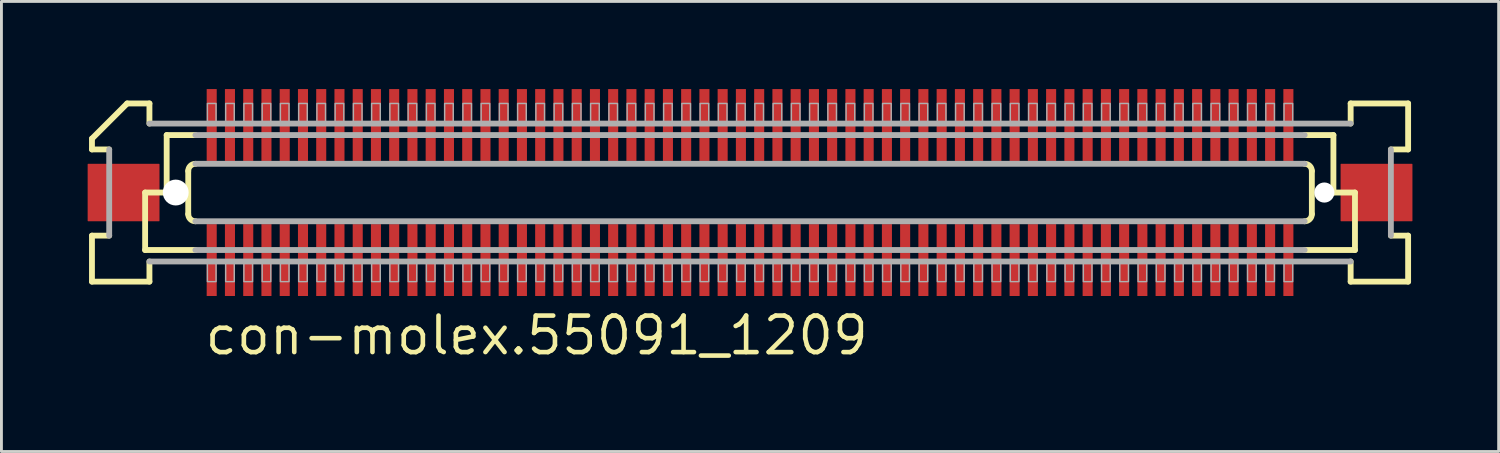
<source format=kicad_pcb>
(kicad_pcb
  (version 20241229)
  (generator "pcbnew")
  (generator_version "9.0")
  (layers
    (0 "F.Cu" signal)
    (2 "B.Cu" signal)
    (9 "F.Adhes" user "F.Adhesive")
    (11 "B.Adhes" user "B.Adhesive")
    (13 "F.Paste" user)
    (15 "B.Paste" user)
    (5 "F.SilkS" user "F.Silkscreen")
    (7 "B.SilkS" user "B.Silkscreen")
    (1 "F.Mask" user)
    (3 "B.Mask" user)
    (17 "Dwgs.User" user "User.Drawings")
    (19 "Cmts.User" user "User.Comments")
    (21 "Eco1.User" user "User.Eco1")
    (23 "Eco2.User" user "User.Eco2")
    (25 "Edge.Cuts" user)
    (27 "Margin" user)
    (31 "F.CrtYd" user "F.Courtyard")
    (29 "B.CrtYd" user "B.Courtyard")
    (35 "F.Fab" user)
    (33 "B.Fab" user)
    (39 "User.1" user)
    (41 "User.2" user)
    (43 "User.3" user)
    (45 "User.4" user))
  (footprint "con-molex.55091_1209"
    (layer "F.Cu")
    (at 23.05 3.65)
    (property "Reference" "con-molex.55091_1209" (at -19.05 5.715 0) (layer "F.SilkS") (effects (font (size 1.27 1.27) (thickness 0.16)) (justify left bottom)))
    (attr smd)
    (fp_rect (start -18.933 -1.075) (end -18.532 -3.625) (stroke (width 0.05) (type default)) (fill yes) (layer "F.Mask"))
    (fp_rect (start -18.933 3.625) (end -18.532 1.075) (stroke (width 0.05) (type default)) (fill yes) (layer "F.Mask"))
    (fp_rect (start -18.297 -1.075) (end -17.898 -3.625) (stroke (width 0.05) (type default)) (fill yes) (layer "F.Mask"))
    (fp_rect (start -18.297 3.625) (end -17.898 1.075) (stroke (width 0.05) (type default)) (fill yes) (layer "F.Mask"))
    (fp_rect (start -17.663 -1.075) (end -17.262 -3.625) (stroke (width 0.05) (type default)) (fill yes) (layer "F.Mask"))
    (fp_rect (start -17.663 3.625) (end -17.262 1.075) (stroke (width 0.05) (type default)) (fill yes) (layer "F.Mask"))
    (fp_rect (start -17.027 -1.075) (end -16.628 -3.625) (stroke (width 0.05) (type default)) (fill yes) (layer "F.Mask"))
    (fp_rect (start -17.027 3.625) (end -16.628 1.075) (stroke (width 0.05) (type default)) (fill yes) (layer "F.Mask"))
    (fp_rect (start -16.392 -1.075) (end -15.992 -3.625) (stroke (width 0.05) (type default)) (fill yes) (layer "F.Mask"))
    (fp_rect (start -16.392 3.625) (end -15.992 1.075) (stroke (width 0.05) (type default)) (fill yes) (layer "F.Mask"))
    (fp_rect (start -15.758 -1.075) (end -15.357 -3.625) (stroke (width 0.05) (type default)) (fill yes) (layer "F.Mask"))
    (fp_rect (start -15.758 3.625) (end -15.357 1.075) (stroke (width 0.05) (type default)) (fill yes) (layer "F.Mask"))
    (fp_rect (start -15.123 -1.075) (end -14.723 -3.625) (stroke (width 0.05) (type default)) (fill yes) (layer "F.Mask"))
    (fp_rect (start -15.123 3.625) (end -14.723 1.075) (stroke (width 0.05) (type default)) (fill yes) (layer "F.Mask"))
    (fp_rect (start -14.488 -1.075) (end -14.088 -3.625) (stroke (width 0.05) (type default)) (fill yes) (layer "F.Mask"))
    (fp_rect (start -14.488 3.625) (end -14.088 1.075) (stroke (width 0.05) (type default)) (fill yes) (layer "F.Mask"))
    (fp_rect (start -13.852 -1.075) (end -13.453 -3.625) (stroke (width 0.05) (type default)) (fill yes) (layer "F.Mask"))
    (fp_rect (start -13.852 3.625) (end -13.453 1.075) (stroke (width 0.05) (type default)) (fill yes) (layer "F.Mask"))
    (fp_rect (start -13.217 -1.075) (end -12.818 -3.625) (stroke (width 0.05) (type default)) (fill yes) (layer "F.Mask"))
    (fp_rect (start -13.217 3.625) (end -12.818 1.075) (stroke (width 0.05) (type default)) (fill yes) (layer "F.Mask"))
    (fp_rect (start -12.582 -1.075) (end -12.182 -3.625) (stroke (width 0.05) (type default)) (fill yes) (layer "F.Mask"))
    (fp_rect (start -12.582 3.625) (end -12.182 1.075) (stroke (width 0.05) (type default)) (fill yes) (layer "F.Mask"))
    (fp_rect (start -11.947 -1.075) (end -11.547 -3.625) (stroke (width 0.05) (type default)) (fill yes) (layer "F.Mask"))
    (fp_rect (start -11.947 3.625) (end -11.547 1.075) (stroke (width 0.05) (type default)) (fill yes) (layer "F.Mask"))
    (fp_rect (start -11.312 -1.075) (end -10.912 -3.625) (stroke (width 0.05) (type default)) (fill yes) (layer "F.Mask"))
    (fp_rect (start -11.312 3.625) (end -10.912 1.075) (stroke (width 0.05) (type default)) (fill yes) (layer "F.Mask"))
    (fp_rect (start -10.678 -1.075) (end -10.277 -3.625) (stroke (width 0.05) (type default)) (fill yes) (layer "F.Mask"))
    (fp_rect (start -10.678 3.625) (end -10.277 1.075) (stroke (width 0.05) (type default)) (fill yes) (layer "F.Mask"))
    (fp_rect (start -10.043 -1.075) (end -9.643 -3.625) (stroke (width 0.05) (type default)) (fill yes) (layer "F.Mask"))
    (fp_rect (start -10.043 3.625) (end -9.643 1.075) (stroke (width 0.05) (type default)) (fill yes) (layer "F.Mask"))
    (fp_rect (start -9.408 -1.075) (end -9.008 -3.625) (stroke (width 0.05) (type default)) (fill yes) (layer "F.Mask"))
    (fp_rect (start -9.408 3.625) (end -9.008 1.075) (stroke (width 0.05) (type default)) (fill yes) (layer "F.Mask"))
    (fp_rect (start -8.773 -1.075) (end -8.373 -3.625) (stroke (width 0.05) (type default)) (fill yes) (layer "F.Mask"))
    (fp_rect (start -8.773 3.625) (end -8.373 1.075) (stroke (width 0.05) (type default)) (fill yes) (layer "F.Mask"))
    (fp_rect (start -8.137 -1.075) (end -7.737 -3.625) (stroke (width 0.05) (type default)) (fill yes) (layer "F.Mask"))
    (fp_rect (start -8.137 3.625) (end -7.737 1.075) (stroke (width 0.05) (type default)) (fill yes) (layer "F.Mask"))
    (fp_rect (start -7.503 -1.075) (end -7.103 -3.625) (stroke (width 0.05) (type default)) (fill yes) (layer "F.Mask"))
    (fp_rect (start -7.503 3.625) (end -7.103 1.075) (stroke (width 0.05) (type default)) (fill yes) (layer "F.Mask"))
    (fp_rect (start -6.867 -1.075) (end -6.468 -3.625) (stroke (width 0.05) (type default)) (fill yes) (layer "F.Mask"))
    (fp_rect (start -6.867 3.625) (end -6.468 1.075) (stroke (width 0.05) (type default)) (fill yes) (layer "F.Mask"))
    (fp_rect (start -6.232 -1.075) (end -5.832 -3.625) (stroke (width 0.05) (type default)) (fill yes) (layer "F.Mask"))
    (fp_rect (start -6.232 3.625) (end -5.832 1.075) (stroke (width 0.05) (type default)) (fill yes) (layer "F.Mask"))
    (fp_rect (start -5.598 -1.075) (end -5.197 -3.625) (stroke (width 0.05) (type default)) (fill yes) (layer "F.Mask"))
    (fp_rect (start -5.598 3.625) (end -5.197 1.075) (stroke (width 0.05) (type default)) (fill yes) (layer "F.Mask"))
    (fp_rect (start -4.963 -1.075) (end -4.562 -3.625) (stroke (width 0.05) (type default)) (fill yes) (layer "F.Mask"))
    (fp_rect (start -4.963 3.625) (end -4.562 1.075) (stroke (width 0.05) (type default)) (fill yes) (layer "F.Mask"))
    (fp_rect (start -4.327 -1.075) (end -3.928 -3.625) (stroke (width 0.05) (type default)) (fill yes) (layer "F.Mask"))
    (fp_rect (start -4.327 3.625) (end -3.928 1.075) (stroke (width 0.05) (type default)) (fill yes) (layer "F.Mask"))
    (fp_rect (start -3.692 -1.075) (end -3.292 -3.625) (stroke (width 0.05) (type default)) (fill yes) (layer "F.Mask"))
    (fp_rect (start -3.692 3.625) (end -3.292 1.075) (stroke (width 0.05) (type default)) (fill yes) (layer "F.Mask"))
    (fp_rect (start -3.058 -1.075) (end -2.658 -3.625) (stroke (width 0.05) (type default)) (fill yes) (layer "F.Mask"))
    (fp_rect (start -3.058 3.625) (end -2.658 1.075) (stroke (width 0.05) (type default)) (fill yes) (layer "F.Mask"))
    (fp_rect (start -2.422 -1.075) (end -2.022 -3.625) (stroke (width 0.05) (type default)) (fill yes) (layer "F.Mask"))
    (fp_rect (start -2.422 3.625) (end -2.022 1.075) (stroke (width 0.05) (type default)) (fill yes) (layer "F.Mask"))
    (fp_rect (start -1.788 -1.075) (end -1.387 -3.625) (stroke (width 0.05) (type default)) (fill yes) (layer "F.Mask"))
    (fp_rect (start -1.788 3.625) (end -1.387 1.075) (stroke (width 0.05) (type default)) (fill yes) (layer "F.Mask"))
    (fp_rect (start -1.153 -1.075) (end -0.752 -3.625) (stroke (width 0.05) (type default)) (fill yes) (layer "F.Mask"))
    (fp_rect (start -1.153 3.625) (end -0.752 1.075) (stroke (width 0.05) (type default)) (fill yes) (layer "F.Mask"))
    (fp_rect (start -0.517 -1.075) (end -0.117 -3.625) (stroke (width 0.05) (type default)) (fill yes) (layer "F.Mask"))
    (fp_rect (start -0.517 3.625) (end -0.117 1.075) (stroke (width 0.05) (type default)) (fill yes) (layer "F.Mask"))
    (fp_rect (start 0.117 -1.075) (end 0.517 -3.625) (stroke (width 0.05) (type default)) (fill yes) (layer "F.Mask"))
    (fp_rect (start 0.117 3.625) (end 0.517 1.075) (stroke (width 0.05) (type default)) (fill yes) (layer "F.Mask"))
    (fp_rect (start 0.752 -1.075) (end 1.153 -3.625) (stroke (width 0.05) (type default)) (fill yes) (layer "F.Mask"))
    (fp_rect (start 0.752 3.625) (end 1.153 1.075) (stroke (width 0.05) (type default)) (fill yes) (layer "F.Mask"))
    (fp_rect (start 1.387 -1.075) (end 1.788 -3.625) (stroke (width 0.05) (type default)) (fill yes) (layer "F.Mask"))
    (fp_rect (start 1.387 3.625) (end 1.788 1.075) (stroke (width 0.05) (type default)) (fill yes) (layer "F.Mask"))
    (fp_rect (start 2.022 -1.075) (end 2.422 -3.625) (stroke (width 0.05) (type default)) (fill yes) (layer "F.Mask"))
    (fp_rect (start 2.022 3.625) (end 2.422 1.075) (stroke (width 0.05) (type default)) (fill yes) (layer "F.Mask"))
    (fp_rect (start 2.658 -1.075) (end 3.058 -3.625) (stroke (width 0.05) (type default)) (fill yes) (layer "F.Mask"))
    (fp_rect (start 2.658 3.625) (end 3.058 1.075) (stroke (width 0.05) (type default)) (fill yes) (layer "F.Mask"))
    (fp_rect (start 3.292 -1.075) (end 3.692 -3.625) (stroke (width 0.05) (type default)) (fill yes) (layer "F.Mask"))
    (fp_rect (start 3.292 3.625) (end 3.692 1.075) (stroke (width 0.05) (type default)) (fill yes) (layer "F.Mask"))
    (fp_rect (start 3.928 -1.075) (end 4.327 -3.625) (stroke (width 0.05) (type default)) (fill yes) (layer "F.Mask"))
    (fp_rect (start 3.928 3.625) (end 4.327 1.075) (stroke (width 0.05) (type default)) (fill yes) (layer "F.Mask"))
    (fp_rect (start 4.562 -1.075) (end 4.963 -3.625) (stroke (width 0.05) (type default)) (fill yes) (layer "F.Mask"))
    (fp_rect (start 4.562 3.625) (end 4.963 1.075) (stroke (width 0.05) (type default)) (fill yes) (layer "F.Mask"))
    (fp_rect (start 5.197 -1.075) (end 5.598 -3.625) (stroke (width 0.05) (type default)) (fill yes) (layer "F.Mask"))
    (fp_rect (start 5.197 3.625) (end 5.598 1.075) (stroke (width 0.05) (type default)) (fill yes) (layer "F.Mask"))
    (fp_rect (start 5.832 -1.075) (end 6.232 -3.625) (stroke (width 0.05) (type default)) (fill yes) (layer "F.Mask"))
    (fp_rect (start 5.832 3.625) (end 6.232 1.075) (stroke (width 0.05) (type default)) (fill yes) (layer "F.Mask"))
    (fp_rect (start 6.468 -1.075) (end 6.867 -3.625) (stroke (width 0.05) (type default)) (fill yes) (layer "F.Mask"))
    (fp_rect (start 6.468 3.625) (end 6.867 1.075) (stroke (width 0.05) (type default)) (fill yes) (layer "F.Mask"))
    (fp_rect (start 7.103 -1.075) (end 7.503 -3.625) (stroke (width 0.05) (type default)) (fill yes) (layer "F.Mask"))
    (fp_rect (start 7.103 3.625) (end 7.503 1.075) (stroke (width 0.05) (type default)) (fill yes) (layer "F.Mask"))
    (fp_rect (start 7.737 -1.075) (end 8.137 -3.625) (stroke (width 0.05) (type default)) (fill yes) (layer "F.Mask"))
    (fp_rect (start 7.737 3.625) (end 8.137 1.075) (stroke (width 0.05) (type default)) (fill yes) (layer "F.Mask"))
    (fp_rect (start 8.373 -1.075) (end 8.773 -3.625) (stroke (width 0.05) (type default)) (fill yes) (layer "F.Mask"))
    (fp_rect (start 8.373 3.625) (end 8.773 1.075) (stroke (width 0.05) (type default)) (fill yes) (layer "F.Mask"))
    (fp_rect (start 9.008 -1.075) (end 9.408 -3.625) (stroke (width 0.05) (type default)) (fill yes) (layer "F.Mask"))
    (fp_rect (start 9.008 3.625) (end 9.408 1.075) (stroke (width 0.05) (type default)) (fill yes) (layer "F.Mask"))
    (fp_rect (start 9.643 -1.075) (end 10.043 -3.625) (stroke (width 0.05) (type default)) (fill yes) (layer "F.Mask"))
    (fp_rect (start 9.643 3.625) (end 10.043 1.075) (stroke (width 0.05) (type default)) (fill yes) (layer "F.Mask"))
    (fp_rect (start 10.277 -1.075) (end 10.678 -3.625) (stroke (width 0.05) (type default)) (fill yes) (layer "F.Mask"))
    (fp_rect (start 10.277 3.625) (end 10.678 1.075) (stroke (width 0.05) (type default)) (fill yes) (layer "F.Mask"))
    (fp_rect (start 10.912 -1.075) (end 11.312 -3.625) (stroke (width 0.05) (type default)) (fill yes) (layer "F.Mask"))
    (fp_rect (start 10.912 3.625) (end 11.312 1.075) (stroke (width 0.05) (type default)) (fill yes) (layer "F.Mask"))
    (fp_rect (start 11.547 -1.075) (end 11.947 -3.625) (stroke (width 0.05) (type default)) (fill yes) (layer "F.Mask"))
    (fp_rect (start 11.547 3.625) (end 11.947 1.075) (stroke (width 0.05) (type default)) (fill yes) (layer "F.Mask"))
    (fp_rect (start 12.182 -1.075) (end 12.582 -3.625) (stroke (width 0.05) (type default)) (fill yes) (layer "F.Mask"))
    (fp_rect (start 12.182 3.625) (end 12.582 1.075) (stroke (width 0.05) (type default)) (fill yes) (layer "F.Mask"))
    (fp_rect (start 12.818 -1.075) (end 13.217 -3.625) (stroke (width 0.05) (type default)) (fill yes) (layer "F.Mask"))
    (fp_rect (start 12.818 3.625) (end 13.217 1.075) (stroke (width 0.05) (type default)) (fill yes) (layer "F.Mask"))
    (fp_rect (start 13.453 -1.075) (end 13.852 -3.625) (stroke (width 0.05) (type default)) (fill yes) (layer "F.Mask"))
    (fp_rect (start 13.453 3.625) (end 13.852 1.075) (stroke (width 0.05) (type default)) (fill yes) (layer "F.Mask"))
    (fp_rect (start 14.088 -1.075) (end 14.488 -3.625) (stroke (width 0.05) (type default)) (fill yes) (layer "F.Mask"))
    (fp_rect (start 14.088 3.625) (end 14.488 1.075) (stroke (width 0.05) (type default)) (fill yes) (layer "F.Mask"))
    (fp_rect (start 14.723 -1.075) (end 15.123 -3.625) (stroke (width 0.05) (type default)) (fill yes) (layer "F.Mask"))
    (fp_rect (start 14.723 3.625) (end 15.123 1.075) (stroke (width 0.05) (type default)) (fill yes) (layer "F.Mask"))
    (fp_rect (start 15.357 -1.075) (end 15.758 -3.625) (stroke (width 0.05) (type default)) (fill yes) (layer "F.Mask"))
    (fp_rect (start 15.357 3.625) (end 15.758 1.075) (stroke (width 0.05) (type default)) (fill yes) (layer "F.Mask"))
    (fp_rect (start 15.992 -1.075) (end 16.392 -3.625) (stroke (width 0.05) (type default)) (fill yes) (layer "F.Mask"))
    (fp_rect (start 15.992 3.625) (end 16.392 1.075) (stroke (width 0.05) (type default)) (fill yes) (layer "F.Mask"))
    (fp_rect (start 16.628 -1.075) (end 17.027 -3.625) (stroke (width 0.05) (type default)) (fill yes) (layer "F.Mask"))
    (fp_rect (start 16.628 3.625) (end 17.027 1.075) (stroke (width 0.05) (type default)) (fill yes) (layer "F.Mask"))
    (fp_rect (start 17.262 -1.075) (end 17.663 -3.625) (stroke (width 0.05) (type default)) (fill yes) (layer "F.Mask"))
    (fp_rect (start 17.262 3.625) (end 17.663 1.075) (stroke (width 0.05) (type default)) (fill yes) (layer "F.Mask"))
    (fp_rect (start 17.898 -1.075) (end 18.297 -3.625) (stroke (width 0.05) (type default)) (fill yes) (layer "F.Mask"))
    (fp_rect (start 17.898 3.625) (end 18.297 1.075) (stroke (width 0.05) (type default)) (fill yes) (layer "F.Mask"))
    (fp_rect (start 18.532 -1.075) (end 18.933 -3.625) (stroke (width 0.05) (type default)) (fill yes) (layer "F.Mask"))
    (fp_rect (start 18.532 3.625) (end 18.933 1.075) (stroke (width 0.05) (type default)) (fill yes) (layer "F.Mask"))
    (fp_line (start -22.9 -1.5) (end -22.9 -1.875) (stroke (width 0.203) (type default)) (layer "F.SilkS"))
    (fp_line (start -22.9 1.5) (end -22.3 1.5) (stroke (width 0.203) (type default)) (layer "F.SilkS"))
    (fp_line (start -22.9 3.1) (end -22.9 1.5) (stroke (width 0.203) (type default)) (layer "F.SilkS"))
    (fp_line (start -22.3 -1.5) (end -22.9 -1.5) (stroke (width 0.203) (type default)) (layer "F.SilkS"))
    (fp_line (start -21.675 -3.1) (end -22.9 -1.875) (stroke (width 0.203) (type default)) (layer "F.SilkS"))
    (fp_line (start -21.675 -3.1) (end -20.9 -3.1) (stroke (width 0.203) (type default)) (layer "F.SilkS"))
    (fp_line (start -21.05 0) (end -21.05 2) (stroke (width 0.203) (type default)) (layer "F.SilkS"))
    (fp_line (start -21.05 2) (end -19.3 2) (stroke (width 0.203) (type default)) (layer "F.SilkS"))
    (fp_line (start -20.9 -3.1) (end -20.9 -2.4) (stroke (width 0.203) (type default)) (layer "F.SilkS"))
    (fp_line (start -20.9 2.4) (end -20.9 3.1) (stroke (width 0.203) (type default)) (layer "F.SilkS"))
    (fp_line (start -20.9 3.1) (end -22.9 3.1) (stroke (width 0.203) (type default)) (layer "F.SilkS"))
    (fp_line (start -20.3 -2) (end -20.3 0) (stroke (width 0.203) (type default)) (layer "F.SilkS"))
    (fp_line (start -20.3 0) (end -21.05 0) (stroke (width 0.203) (type default)) (layer "F.SilkS"))
    (fp_line (start -19.55 0.75) (end -19.55 -0.75) (stroke (width 0.203) (type default)) (layer "F.SilkS"))
    (fp_line (start -19.3 -2) (end -20.3 -2) (stroke (width 0.203) (type default)) (layer "F.SilkS"))
    (fp_line (start 19.3 2) (end 21.05 2) (stroke (width 0.203) (type default)) (layer "F.SilkS"))
    (fp_line (start 19.55 -0.75) (end 19.55 0.75) (stroke (width 0.203) (type default)) (layer "F.SilkS"))
    (fp_line (start 20.3 -2) (end 19.3 -2) (stroke (width 0.203) (type default)) (layer "F.SilkS"))
    (fp_line (start 20.3 -2) (end 20.3 0) (stroke (width 0.203) (type default)) (layer "F.SilkS"))
    (fp_line (start 20.9 -3.1) (end 22.9 -3.1) (stroke (width 0.203) (type default)) (layer "F.SilkS"))
    (fp_line (start 20.9 -2.4) (end 20.9 -3.1) (stroke (width 0.203) (type default)) (layer "F.SilkS"))
    (fp_line (start 20.9 3.1) (end 20.9 2.4) (stroke (width 0.203) (type default)) (layer "F.SilkS"))
    (fp_line (start 21.05 0) (end 20.3 0) (stroke (width 0.203) (type default)) (layer "F.SilkS"))
    (fp_line (start 21.05 0) (end 21.05 2) (stroke (width 0.203) (type default)) (layer "F.SilkS"))
    (fp_line (start 22.3 1.5) (end 22.9 1.5) (stroke (width 0.203) (type default)) (layer "F.SilkS"))
    (fp_line (start 22.9 -3.1) (end 22.9 -1.5) (stroke (width 0.203) (type default)) (layer "F.SilkS"))
    (fp_line (start 22.9 -1.5) (end 22.3 -1.5) (stroke (width 0.203) (type default)) (layer "F.SilkS"))
    (fp_line (start 22.9 1.5) (end 22.9 3.1) (stroke (width 0.203) (type default)) (layer "F.SilkS"))
    (fp_line (start 22.9 3.1) (end 20.9 3.1) (stroke (width 0.203) (type default)) (layer "F.SilkS"))
    (fp_arc (start -19.55 -0.75) (mid -19.476777 -0.926777) (end -19.3 -1) (stroke (width 0.2032) (type default)) (layer "F.SilkS"))
    (fp_arc (start -19.3 1) (mid -19.476777 0.926777) (end -19.55 0.75) (stroke (width 0.2032) (type default)) (layer "F.SilkS"))
    (fp_arc (start 19.3 -1) (mid 19.476777 -0.926777) (end 19.55 -0.75) (stroke (width 0.2032) (type default)) (layer "F.SilkS"))
    (fp_arc (start 19.55 0.75) (mid 19.476777 0.926777) (end 19.3 1) (stroke (width 0.2032) (type default)) (layer "F.SilkS"))
    (fp_line (start -22.3 1.5) (end -22.3 -1.5) (stroke (width 0.203) (type default)) (layer "F.Fab"))
    (fp_line (start -20.9 -2.4) (end 20.9 -2.4) (stroke (width 0.203) (type default)) (layer "F.Fab"))
    (fp_line (start -19.3 -1) (end 19.3 -1) (stroke (width 0.203) (type default)) (layer "F.Fab"))
    (fp_line (start -19.3 2) (end 19.3 2) (stroke (width 0.203) (type default)) (layer "F.Fab"))
    (fp_line (start 19.3 -2) (end -19.3 -2) (stroke (width 0.203) (type default)) (layer "F.Fab"))
    (fp_line (start 19.3 1) (end -19.3 1) (stroke (width 0.203) (type default)) (layer "F.Fab"))
    (fp_line (start 20.9 2.4) (end -20.9 2.4) (stroke (width 0.203) (type default)) (layer "F.Fab"))
    (fp_line (start 22.3 -1.5) (end 22.3 1.5) (stroke (width 0.203) (type default)) (layer "F.Fab"))
    (fp_rect (start -18.883 -2.375) (end -18.582 -3.1) (stroke (width 0.05) (type default)) (fill no) (layer "F.Fab"))
    (fp_rect (start -18.883 3.1) (end -18.582 2.375) (stroke (width 0.05) (type default)) (fill no) (layer "F.Fab"))
    (fp_rect (start -18.247 -2.375) (end -17.948 -3.1) (stroke (width 0.05) (type default)) (fill no) (layer "F.Fab"))
    (fp_rect (start -18.247 3.1) (end -17.948 2.375) (stroke (width 0.05) (type default)) (fill no) (layer "F.Fab"))
    (fp_rect (start -17.613 -2.375) (end -17.312 -3.1) (stroke (width 0.05) (type default)) (fill no) (layer "F.Fab"))
    (fp_rect (start -17.613 3.1) (end -17.312 2.375) (stroke (width 0.05) (type default)) (fill no) (layer "F.Fab"))
    (fp_rect (start -16.977 -2.375) (end -16.677 -3.1) (stroke (width 0.05) (type default)) (fill no) (layer "F.Fab"))
    (fp_rect (start -16.977 3.1) (end -16.677 2.375) (stroke (width 0.05) (type default)) (fill no) (layer "F.Fab"))
    (fp_rect (start -16.343 -2.375) (end -16.043 -3.1) (stroke (width 0.05) (type default)) (fill no) (layer "F.Fab"))
    (fp_rect (start -16.343 3.1) (end -16.043 2.375) (stroke (width 0.05) (type default)) (fill no) (layer "F.Fab"))
    (fp_rect (start -15.707 -2.375) (end -15.408 -3.1) (stroke (width 0.05) (type default)) (fill no) (layer "F.Fab"))
    (fp_rect (start -15.707 3.1) (end -15.408 2.375) (stroke (width 0.05) (type default)) (fill no) (layer "F.Fab"))
    (fp_rect (start -15.072 -2.375) (end -14.773 -3.1) (stroke (width 0.05) (type default)) (fill no) (layer "F.Fab"))
    (fp_rect (start -15.072 3.1) (end -14.773 2.375) (stroke (width 0.05) (type default)) (fill no) (layer "F.Fab"))
    (fp_rect (start -14.438 -2.375) (end -14.137 -3.1) (stroke (width 0.05) (type default)) (fill no) (layer "F.Fab"))
    (fp_rect (start -14.438 3.1) (end -14.137 2.375) (stroke (width 0.05) (type default)) (fill no) (layer "F.Fab"))
    (fp_rect (start -13.803 -2.375) (end -13.502 -3.1) (stroke (width 0.05) (type default)) (fill no) (layer "F.Fab"))
    (fp_rect (start -13.803 3.1) (end -13.502 2.375) (stroke (width 0.05) (type default)) (fill no) (layer "F.Fab"))
    (fp_rect (start -13.168 -2.375) (end -12.867 -3.1) (stroke (width 0.05) (type default)) (fill no) (layer "F.Fab"))
    (fp_rect (start -13.168 3.1) (end -12.867 2.375) (stroke (width 0.05) (type default)) (fill no) (layer "F.Fab"))
    (fp_rect (start -12.533 -2.375) (end -12.232 -3.1) (stroke (width 0.05) (type default)) (fill no) (layer "F.Fab"))
    (fp_rect (start -12.533 3.1) (end -12.232 2.375) (stroke (width 0.05) (type default)) (fill no) (layer "F.Fab"))
    (fp_rect (start -11.898 -2.375) (end -11.598 -3.1) (stroke (width 0.05) (type default)) (fill no) (layer "F.Fab"))
    (fp_rect (start -11.898 3.1) (end -11.598 2.375) (stroke (width 0.05) (type default)) (fill no) (layer "F.Fab"))
    (fp_rect (start -11.262 -2.375) (end -10.963 -3.1) (stroke (width 0.05) (type default)) (fill no) (layer "F.Fab"))
    (fp_rect (start -11.262 3.1) (end -10.963 2.375) (stroke (width 0.05) (type default)) (fill no) (layer "F.Fab"))
    (fp_rect (start -10.627 -2.375) (end -10.328 -3.1) (stroke (width 0.05) (type default)) (fill no) (layer "F.Fab"))
    (fp_rect (start -10.627 3.1) (end -10.328 2.375) (stroke (width 0.05) (type default)) (fill no) (layer "F.Fab"))
    (fp_rect (start -9.992 -2.375) (end -9.693 -3.1) (stroke (width 0.05) (type default)) (fill no) (layer "F.Fab"))
    (fp_rect (start -9.992 3.1) (end -9.693 2.375) (stroke (width 0.05) (type default)) (fill no) (layer "F.Fab"))
    (fp_rect (start -9.357 -2.375) (end -9.057 -3.1) (stroke (width 0.05) (type default)) (fill no) (layer "F.Fab"))
    (fp_rect (start -9.357 3.1) (end -9.057 2.375) (stroke (width 0.05) (type default)) (fill no) (layer "F.Fab"))
    (fp_rect (start -8.723 -2.375) (end -8.422 -3.1) (stroke (width 0.05) (type default)) (fill no) (layer "F.Fab"))
    (fp_rect (start -8.723 3.1) (end -8.422 2.375) (stroke (width 0.05) (type default)) (fill no) (layer "F.Fab"))
    (fp_rect (start -8.088 -2.375) (end -7.787 -3.1) (stroke (width 0.05) (type default)) (fill no) (layer "F.Fab"))
    (fp_rect (start -8.088 3.1) (end -7.787 2.375) (stroke (width 0.05) (type default)) (fill no) (layer "F.Fab"))
    (fp_rect (start -7.452 -2.375) (end -7.152 -3.1) (stroke (width 0.05) (type default)) (fill no) (layer "F.Fab"))
    (fp_rect (start -7.452 3.1) (end -7.152 2.375) (stroke (width 0.05) (type default)) (fill no) (layer "F.Fab"))
    (fp_rect (start -6.817 -2.375) (end -6.518 -3.1) (stroke (width 0.05) (type default)) (fill no) (layer "F.Fab"))
    (fp_rect (start -6.817 3.1) (end -6.518 2.375) (stroke (width 0.05) (type default)) (fill no) (layer "F.Fab"))
    (fp_rect (start -6.183 -2.375) (end -5.883 -3.1) (stroke (width 0.05) (type default)) (fill no) (layer "F.Fab"))
    (fp_rect (start -6.183 3.1) (end -5.883 2.375) (stroke (width 0.05) (type default)) (fill no) (layer "F.Fab"))
    (fp_rect (start -5.548 -2.375) (end -5.247 -3.1) (stroke (width 0.05) (type default)) (fill no) (layer "F.Fab"))
    (fp_rect (start -5.548 3.1) (end -5.247 2.375) (stroke (width 0.05) (type default)) (fill no) (layer "F.Fab"))
    (fp_rect (start -4.912 -2.375) (end -4.612 -3.1) (stroke (width 0.05) (type default)) (fill no) (layer "F.Fab"))
    (fp_rect (start -4.912 3.1) (end -4.612 2.375) (stroke (width 0.05) (type default)) (fill no) (layer "F.Fab"))
    (fp_rect (start -4.277 -2.375) (end -3.978 -3.1) (stroke (width 0.05) (type default)) (fill no) (layer "F.Fab"))
    (fp_rect (start -4.277 3.1) (end -3.978 2.375) (stroke (width 0.05) (type default)) (fill no) (layer "F.Fab"))
    (fp_rect (start -3.643 -2.375) (end -3.342 -3.1) (stroke (width 0.05) (type default)) (fill no) (layer "F.Fab"))
    (fp_rect (start -3.643 3.1) (end -3.342 2.375) (stroke (width 0.05) (type default)) (fill no) (layer "F.Fab"))
    (fp_rect (start -3.007 -2.375) (end -2.708 -3.1) (stroke (width 0.05) (type default)) (fill no) (layer "F.Fab"))
    (fp_rect (start -3.007 3.1) (end -2.708 2.375) (stroke (width 0.05) (type default)) (fill no) (layer "F.Fab"))
    (fp_rect (start -2.373 -2.375) (end -2.072 -3.1) (stroke (width 0.05) (type default)) (fill no) (layer "F.Fab"))
    (fp_rect (start -2.373 3.1) (end -2.072 2.375) (stroke (width 0.05) (type default)) (fill no) (layer "F.Fab"))
    (fp_rect (start -1.738 -2.375) (end -1.438 -3.1) (stroke (width 0.05) (type default)) (fill no) (layer "F.Fab"))
    (fp_rect (start -1.738 3.1) (end -1.438 2.375) (stroke (width 0.05) (type default)) (fill no) (layer "F.Fab"))
    (fp_rect (start -1.103 -2.375) (end -0.802 -3.1) (stroke (width 0.05) (type default)) (fill no) (layer "F.Fab"))
    (fp_rect (start -1.103 3.1) (end -0.802 2.375) (stroke (width 0.05) (type default)) (fill no) (layer "F.Fab"))
    (fp_rect (start -0.468 -2.375) (end -0.168 -3.1) (stroke (width 0.05) (type default)) (fill no) (layer "F.Fab"))
    (fp_rect (start -0.468 3.1) (end -0.168 2.375) (stroke (width 0.05) (type default)) (fill no) (layer "F.Fab"))
    (fp_rect (start 0.168 -2.375) (end 0.468 -3.1) (stroke (width 0.05) (type default)) (fill no) (layer "F.Fab"))
    (fp_rect (start 0.168 3.1) (end 0.468 2.375) (stroke (width 0.05) (type default)) (fill no) (layer "F.Fab"))
    (fp_rect (start 0.802 -2.375) (end 1.103 -3.1) (stroke (width 0.05) (type default)) (fill no) (layer "F.Fab"))
    (fp_rect (start 0.802 3.1) (end 1.103 2.375) (stroke (width 0.05) (type default)) (fill no) (layer "F.Fab"))
    (fp_rect (start 1.438 -2.375) (end 1.738 -3.1) (stroke (width 0.05) (type default)) (fill no) (layer "F.Fab"))
    (fp_rect (start 1.438 3.1) (end 1.738 2.375) (stroke (width 0.05) (type default)) (fill no) (layer "F.Fab"))
    (fp_rect (start 2.072 -2.375) (end 2.373 -3.1) (stroke (width 0.05) (type default)) (fill no) (layer "F.Fab"))
    (fp_rect (start 2.072 3.1) (end 2.373 2.375) (stroke (width 0.05) (type default)) (fill no) (layer "F.Fab"))
    (fp_rect (start 2.708 -2.375) (end 3.007 -3.1) (stroke (width 0.05) (type default)) (fill no) (layer "F.Fab"))
    (fp_rect (start 2.708 3.1) (end 3.007 2.375) (stroke (width 0.05) (type default)) (fill no) (layer "F.Fab"))
    (fp_rect (start 3.342 -2.375) (end 3.643 -3.1) (stroke (width 0.05) (type default)) (fill no) (layer "F.Fab"))
    (fp_rect (start 3.342 3.1) (end 3.643 2.375) (stroke (width 0.05) (type default)) (fill no) (layer "F.Fab"))
    (fp_rect (start 3.978 -2.375) (end 4.277 -3.1) (stroke (width 0.05) (type default)) (fill no) (layer "F.Fab"))
    (fp_rect (start 3.978 3.1) (end 4.277 2.375) (stroke (width 0.05) (type default)) (fill no) (layer "F.Fab"))
    (fp_rect (start 4.612 -2.375) (end 4.912 -3.1) (stroke (width 0.05) (type default)) (fill no) (layer "F.Fab"))
    (fp_rect (start 4.612 3.1) (end 4.912 2.375) (stroke (width 0.05) (type default)) (fill no) (layer "F.Fab"))
    (fp_rect (start 5.247 -2.375) (end 5.548 -3.1) (stroke (width 0.05) (type default)) (fill no) (layer "F.Fab"))
    (fp_rect (start 5.247 3.1) (end 5.548 2.375) (stroke (width 0.05) (type default)) (fill no) (layer "F.Fab"))
    (fp_rect (start 5.883 -2.375) (end 6.183 -3.1) (stroke (width 0.05) (type default)) (fill no) (layer "F.Fab"))
    (fp_rect (start 5.883 3.1) (end 6.183 2.375) (stroke (width 0.05) (type default)) (fill no) (layer "F.Fab"))
    (fp_rect (start 6.518 -2.375) (end 6.817 -3.1) (stroke (width 0.05) (type default)) (fill no) (layer "F.Fab"))
    (fp_rect (start 6.518 3.1) (end 6.817 2.375) (stroke (width 0.05) (type default)) (fill no) (layer "F.Fab"))
    (fp_rect (start 7.152 -2.375) (end 7.452 -3.1) (stroke (width 0.05) (type default)) (fill no) (layer "F.Fab"))
    (fp_rect (start 7.152 3.1) (end 7.452 2.375) (stroke (width 0.05) (type default)) (fill no) (layer "F.Fab"))
    (fp_rect (start 7.787 -2.375) (end 8.088 -3.1) (stroke (width 0.05) (type default)) (fill no) (layer "F.Fab"))
    (fp_rect (start 7.787 3.1) (end 8.088 2.375) (stroke (width 0.05) (type default)) (fill no) (layer "F.Fab"))
    (fp_rect (start 8.422 -2.375) (end 8.723 -3.1) (stroke (width 0.05) (type default)) (fill no) (layer "F.Fab"))
    (fp_rect (start 8.422 3.1) (end 8.723 2.375) (stroke (width 0.05) (type default)) (fill no) (layer "F.Fab"))
    (fp_rect (start 9.057 -2.375) (end 9.357 -3.1) (stroke (width 0.05) (type default)) (fill no) (layer "F.Fab"))
    (fp_rect (start 9.057 3.1) (end 9.357 2.375) (stroke (width 0.05) (type default)) (fill no) (layer "F.Fab"))
    (fp_rect (start 9.693 -2.375) (end 9.992 -3.1) (stroke (width 0.05) (type default)) (fill no) (layer "F.Fab"))
    (fp_rect (start 9.693 3.1) (end 9.992 2.375) (stroke (width 0.05) (type default)) (fill no) (layer "F.Fab"))
    (fp_rect (start 10.328 -2.375) (end 10.627 -3.1) (stroke (width 0.05) (type default)) (fill no) (layer "F.Fab"))
    (fp_rect (start 10.328 3.1) (end 10.627 2.375) (stroke (width 0.05) (type default)) (fill no) (layer "F.Fab"))
    (fp_rect (start 10.963 -2.375) (end 11.262 -3.1) (stroke (width 0.05) (type default)) (fill no) (layer "F.Fab"))
    (fp_rect (start 10.963 3.1) (end 11.262 2.375) (stroke (width 0.05) (type default)) (fill no) (layer "F.Fab"))
    (fp_rect (start 11.598 -2.375) (end 11.898 -3.1) (stroke (width 0.05) (type default)) (fill no) (layer "F.Fab"))
    (fp_rect (start 11.598 3.1) (end 11.898 2.375) (stroke (width 0.05) (type default)) (fill no) (layer "F.Fab"))
    (fp_rect (start 12.232 -2.375) (end 12.533 -3.1) (stroke (width 0.05) (type default)) (fill no) (layer "F.Fab"))
    (fp_rect (start 12.232 3.1) (end 12.533 2.375) (stroke (width 0.05) (type default)) (fill no) (layer "F.Fab"))
    (fp_rect (start 12.867 -2.375) (end 13.168 -3.1) (stroke (width 0.05) (type default)) (fill no) (layer "F.Fab"))
    (fp_rect (start 12.867 3.1) (end 13.168 2.375) (stroke (width 0.05) (type default)) (fill no) (layer "F.Fab"))
    (fp_rect (start 13.502 -2.375) (end 13.803 -3.1) (stroke (width 0.05) (type default)) (fill no) (layer "F.Fab"))
    (fp_rect (start 13.502 3.1) (end 13.803 2.375) (stroke (width 0.05) (type default)) (fill no) (layer "F.Fab"))
    (fp_rect (start 14.137 -2.375) (end 14.438 -3.1) (stroke (width 0.05) (type default)) (fill no) (layer "F.Fab"))
    (fp_rect (start 14.137 3.1) (end 14.438 2.375) (stroke (width 0.05) (type default)) (fill no) (layer "F.Fab"))
    (fp_rect (start 14.773 -2.375) (end 15.072 -3.1) (stroke (width 0.05) (type default)) (fill no) (layer "F.Fab"))
    (fp_rect (start 14.773 3.1) (end 15.072 2.375) (stroke (width 0.05) (type default)) (fill no) (layer "F.Fab"))
    (fp_rect (start 15.408 -2.375) (end 15.707 -3.1) (stroke (width 0.05) (type default)) (fill no) (layer "F.Fab"))
    (fp_rect (start 15.408 3.1) (end 15.707 2.375) (stroke (width 0.05) (type default)) (fill no) (layer "F.Fab"))
    (fp_rect (start 16.043 -2.375) (end 16.343 -3.1) (stroke (width 0.05) (type default)) (fill no) (layer "F.Fab"))
    (fp_rect (start 16.043 3.1) (end 16.343 2.375) (stroke (width 0.05) (type default)) (fill no) (layer "F.Fab"))
    (fp_rect (start 16.677 -2.375) (end 16.977 -3.1) (stroke (width 0.05) (type default)) (fill no) (layer "F.Fab"))
    (fp_rect (start 16.677 3.1) (end 16.977 2.375) (stroke (width 0.05) (type default)) (fill no) (layer "F.Fab"))
    (fp_rect (start 17.312 -2.375) (end 17.613 -3.1) (stroke (width 0.05) (type default)) (fill no) (layer "F.Fab"))
    (fp_rect (start 17.312 3.1) (end 17.613 2.375) (stroke (width 0.05) (type default)) (fill no) (layer "F.Fab"))
    (fp_rect (start 17.948 -2.375) (end 18.247 -3.1) (stroke (width 0.05) (type default)) (fill no) (layer "F.Fab"))
    (fp_rect (start 17.948 3.1) (end 18.247 2.375) (stroke (width 0.05) (type default)) (fill no) (layer "F.Fab"))
    (fp_rect (start 18.582 -2.375) (end 18.883 -3.1) (stroke (width 0.05) (type default)) (fill no) (layer "F.Fab"))
    (fp_rect (start 18.582 3.1) (end 18.883 2.375) (stroke (width 0.05) (type default)) (fill no) (layer "F.Fab"))
    (pad "" np_thru_hole circle (at -19.985 0) (size 0.9 0.9) (drill 0.9) (layers "*.Cu" "*.Mask"))
    (pad "" np_thru_hole circle (at 19.985 0) (size 0.7 0.7) (drill 0.7) (layers "*.Cu" "*.Mask"))
    (pad "1" smd roundrect (at -18.733 -2.35) (size 0.35 2.5) (layers "F.Cu" "F.Mask" "F.Paste") (roundrect_rratio 0.01))
    (pad "2" smd roundrect (at -18.733 2.35 180) (size 0.35 2.5) (layers "F.Cu" "F.Mask" "F.Paste") (roundrect_rratio 0.01))
    (pad "3" smd roundrect (at -18.098 -2.35) (size 0.35 2.5) (layers "F.Cu" "F.Mask" "F.Paste") (roundrect_rratio 0.01))
    (pad "4" smd roundrect (at -18.098 2.35 180) (size 0.35 2.5) (layers "F.Cu" "F.Mask" "F.Paste") (roundrect_rratio 0.01))
    (pad "5" smd roundrect (at -17.462 -2.35) (size 0.35 2.5) (layers "F.Cu" "F.Mask" "F.Paste") (roundrect_rratio 0.01))
    (pad "6" smd roundrect (at -17.462 2.35 180) (size 0.35 2.5) (layers "F.Cu" "F.Mask" "F.Paste") (roundrect_rratio 0.01))
    (pad "7" smd roundrect (at -16.828 -2.35) (size 0.35 2.5) (layers "F.Cu" "F.Mask" "F.Paste") (roundrect_rratio 0.01))
    (pad "8" smd roundrect (at -16.828 2.35 180) (size 0.35 2.5) (layers "F.Cu" "F.Mask" "F.Paste") (roundrect_rratio 0.01))
    (pad "9" smd roundrect (at -16.192 -2.35) (size 0.35 2.5) (layers "F.Cu" "F.Mask" "F.Paste") (roundrect_rratio 0.01))
    (pad "10" smd roundrect (at -16.192 2.35 180) (size 0.35 2.5) (layers "F.Cu" "F.Mask" "F.Paste") (roundrect_rratio 0.01))
    (pad "11" smd roundrect (at -15.557 -2.35) (size 0.35 2.5) (layers "F.Cu" "F.Mask" "F.Paste") (roundrect_rratio 0.01))
    (pad "12" smd roundrect (at -15.557 2.35 180) (size 0.35 2.5) (layers "F.Cu" "F.Mask" "F.Paste") (roundrect_rratio 0.01))
    (pad "13" smd roundrect (at -14.922 -2.35) (size 0.35 2.5) (layers "F.Cu" "F.Mask" "F.Paste") (roundrect_rratio 0.01))
    (pad "14" smd roundrect (at -14.922 2.35 180) (size 0.35 2.5) (layers "F.Cu" "F.Mask" "F.Paste") (roundrect_rratio 0.01))
    (pad "15" smd roundrect (at -14.287 -2.35) (size 0.35 2.5) (layers "F.Cu" "F.Mask" "F.Paste") (roundrect_rratio 0.01))
    (pad "16" smd roundrect (at -14.287 2.35 180) (size 0.35 2.5) (layers "F.Cu" "F.Mask" "F.Paste") (roundrect_rratio 0.01))
    (pad "17" smd roundrect (at -13.652 -2.35) (size 0.35 2.5) (layers "F.Cu" "F.Mask" "F.Paste") (roundrect_rratio 0.01))
    (pad "18" smd roundrect (at -13.652 2.35 180) (size 0.35 2.5) (layers "F.Cu" "F.Mask" "F.Paste") (roundrect_rratio 0.01))
    (pad "19" smd roundrect (at -13.018 -2.35) (size 0.35 2.5) (layers "F.Cu" "F.Mask" "F.Paste") (roundrect_rratio 0.01))
    (pad "20" smd roundrect (at -13.018 2.35 180) (size 0.35 2.5) (layers "F.Cu" "F.Mask" "F.Paste") (roundrect_rratio 0.01))
    (pad "21" smd roundrect (at -12.383 -2.35) (size 0.35 2.5) (layers "F.Cu" "F.Mask" "F.Paste") (roundrect_rratio 0.01))
    (pad "22" smd roundrect (at -12.383 2.35 180) (size 0.35 2.5) (layers "F.Cu" "F.Mask" "F.Paste") (roundrect_rratio 0.01))
    (pad "23" smd roundrect (at -11.748 -2.35) (size 0.35 2.5) (layers "F.Cu" "F.Mask" "F.Paste") (roundrect_rratio 0.01))
    (pad "24" smd roundrect (at -11.748 2.35 180) (size 0.35 2.5) (layers "F.Cu" "F.Mask" "F.Paste") (roundrect_rratio 0.01))
    (pad "25" smd roundrect (at -11.113 -2.35) (size 0.35 2.5) (layers "F.Cu" "F.Mask" "F.Paste") (roundrect_rratio 0.01))
    (pad "26" smd roundrect (at -11.113 2.35 180) (size 0.35 2.5) (layers "F.Cu" "F.Mask" "F.Paste") (roundrect_rratio 0.01))
    (pad "27" smd roundrect (at -10.477 -2.35) (size 0.35 2.5) (layers "F.Cu" "F.Mask" "F.Paste") (roundrect_rratio 0.01))
    (pad "28" smd roundrect (at -10.477 2.35 180) (size 0.35 2.5) (layers "F.Cu" "F.Mask" "F.Paste") (roundrect_rratio 0.01))
    (pad "29" smd roundrect (at -9.842 -2.35) (size 0.35 2.5) (layers "F.Cu" "F.Mask" "F.Paste") (roundrect_rratio 0.01))
    (pad "30" smd roundrect (at -9.842 2.35 180) (size 0.35 2.5) (layers "F.Cu" "F.Mask" "F.Paste") (roundrect_rratio 0.01))
    (pad "31" smd roundrect (at -9.207 -2.35) (size 0.35 2.5) (layers "F.Cu" "F.Mask" "F.Paste") (roundrect_rratio 0.01))
    (pad "32" smd roundrect (at -9.207 2.35 180) (size 0.35 2.5) (layers "F.Cu" "F.Mask" "F.Paste") (roundrect_rratio 0.01))
    (pad "33" smd roundrect (at -8.572 -2.35) (size 0.35 2.5) (layers "F.Cu" "F.Mask" "F.Paste") (roundrect_rratio 0.01))
    (pad "34" smd roundrect (at -8.572 2.35 180) (size 0.35 2.5) (layers "F.Cu" "F.Mask" "F.Paste") (roundrect_rratio 0.01))
    (pad "35" smd roundrect (at -7.938 -2.35) (size 0.35 2.5) (layers "F.Cu" "F.Mask" "F.Paste") (roundrect_rratio 0.01))
    (pad "36" smd roundrect (at -7.938 2.35 180) (size 0.35 2.5) (layers "F.Cu" "F.Mask" "F.Paste") (roundrect_rratio 0.01))
    (pad "37" smd roundrect (at -7.303 -2.35) (size 0.35 2.5) (layers "F.Cu" "F.Mask" "F.Paste") (roundrect_rratio 0.01))
    (pad "38" smd roundrect (at -7.303 2.35 180) (size 0.35 2.5) (layers "F.Cu" "F.Mask" "F.Paste") (roundrect_rratio 0.01))
    (pad "39" smd roundrect (at -6.668 -2.35) (size 0.35 2.5) (layers "F.Cu" "F.Mask" "F.Paste") (roundrect_rratio 0.01))
    (pad "40" smd roundrect (at -6.668 2.35 180) (size 0.35 2.5) (layers "F.Cu" "F.Mask" "F.Paste") (roundrect_rratio 0.01))
    (pad "41" smd roundrect (at -6.032 -2.35) (size 0.35 2.5) (layers "F.Cu" "F.Mask" "F.Paste") (roundrect_rratio 0.01))
    (pad "42" smd roundrect (at -6.032 2.35 180) (size 0.35 2.5) (layers "F.Cu" "F.Mask" "F.Paste") (roundrect_rratio 0.01))
    (pad "43" smd roundrect (at -5.397 -2.35) (size 0.35 2.5) (layers "F.Cu" "F.Mask" "F.Paste") (roundrect_rratio 0.01))
    (pad "44" smd roundrect (at -5.397 2.35 180) (size 0.35 2.5) (layers "F.Cu" "F.Mask" "F.Paste") (roundrect_rratio 0.01))
    (pad "45" smd roundrect (at -4.763 -2.35) (size 0.35 2.5) (layers "F.Cu" "F.Mask" "F.Paste") (roundrect_rratio 0.01))
    (pad "46" smd roundrect (at -4.763 2.35 180) (size 0.35 2.5) (layers "F.Cu" "F.Mask" "F.Paste") (roundrect_rratio 0.01))
    (pad "47" smd roundrect (at -4.128 -2.35) (size 0.35 2.5) (layers "F.Cu" "F.Mask" "F.Paste") (roundrect_rratio 0.01))
    (pad "48" smd roundrect (at -4.128 2.35 180) (size 0.35 2.5) (layers "F.Cu" "F.Mask" "F.Paste") (roundrect_rratio 0.01))
    (pad "49" smd roundrect (at -3.493 -2.35) (size 0.35 2.5) (layers "F.Cu" "F.Mask" "F.Paste") (roundrect_rratio 0.01))
    (pad "50" smd roundrect (at -3.493 2.35 180) (size 0.35 2.5) (layers "F.Cu" "F.Mask" "F.Paste") (roundrect_rratio 0.01))
    (pad "51" smd roundrect (at -2.857 -2.35) (size 0.35 2.5) (layers "F.Cu" "F.Mask" "F.Paste") (roundrect_rratio 0.01))
    (pad "52" smd roundrect (at -2.857 2.35 180) (size 0.35 2.5) (layers "F.Cu" "F.Mask" "F.Paste") (roundrect_rratio 0.01))
    (pad "53" smd roundrect (at -2.223 -2.35) (size 0.35 2.5) (layers "F.Cu" "F.Mask" "F.Paste") (roundrect_rratio 0.01))
    (pad "54" smd roundrect (at -2.223 2.35 180) (size 0.35 2.5) (layers "F.Cu" "F.Mask" "F.Paste") (roundrect_rratio 0.01))
    (pad "55" smd roundrect (at -1.587 -2.35) (size 0.35 2.5) (layers "F.Cu" "F.Mask" "F.Paste") (roundrect_rratio 0.01))
    (pad "56" smd roundrect (at -1.587 2.35 180) (size 0.35 2.5) (layers "F.Cu" "F.Mask" "F.Paste") (roundrect_rratio 0.01))
    (pad "57" smd roundrect (at -0.953 -2.35) (size 0.35 2.5) (layers "F.Cu" "F.Mask" "F.Paste") (roundrect_rratio 0.01))
    (pad "58" smd roundrect (at -0.953 2.35 180) (size 0.35 2.5) (layers "F.Cu" "F.Mask" "F.Paste") (roundrect_rratio 0.01))
    (pad "59" smd roundrect (at -0.318 -2.35) (size 0.35 2.5) (layers "F.Cu" "F.Mask" "F.Paste") (roundrect_rratio 0.01))
    (pad "60" smd roundrect (at -0.318 2.35 180) (size 0.35 2.5) (layers "F.Cu" "F.Mask" "F.Paste") (roundrect_rratio 0.01))
    (pad "61" smd roundrect (at 0.318 -2.35) (size 0.35 2.5) (layers "F.Cu" "F.Mask" "F.Paste") (roundrect_rratio 0.01))
    (pad "62" smd roundrect (at 0.318 2.35 180) (size 0.35 2.5) (layers "F.Cu" "F.Mask" "F.Paste") (roundrect_rratio 0.01))
    (pad "63" smd roundrect (at 0.953 -2.35) (size 0.35 2.5) (layers "F.Cu" "F.Mask" "F.Paste") (roundrect_rratio 0.01))
    (pad "64" smd roundrect (at 0.953 2.35 180) (size 0.35 2.5) (layers "F.Cu" "F.Mask" "F.Paste") (roundrect_rratio 0.01))
    (pad "65" smd roundrect (at 1.587 -2.35) (size 0.35 2.5) (layers "F.Cu" "F.Mask" "F.Paste") (roundrect_rratio 0.01))
    (pad "66" smd roundrect (at 1.587 2.35 180) (size 0.35 2.5) (layers "F.Cu" "F.Mask" "F.Paste") (roundrect_rratio 0.01))
    (pad "67" smd roundrect (at 2.223 -2.35) (size 0.35 2.5) (layers "F.Cu" "F.Mask" "F.Paste") (roundrect_rratio 0.01))
    (pad "68" smd roundrect (at 2.223 2.35 180) (size 0.35 2.5) (layers "F.Cu" "F.Mask" "F.Paste") (roundrect_rratio 0.01))
    (pad "69" smd roundrect (at 2.857 -2.35) (size 0.35 2.5) (layers "F.Cu" "F.Mask" "F.Paste") (roundrect_rratio 0.01))
    (pad "70" smd roundrect (at 2.857 2.35 180) (size 0.35 2.5) (layers "F.Cu" "F.Mask" "F.Paste") (roundrect_rratio 0.01))
    (pad "71" smd roundrect (at 3.493 -2.35) (size 0.35 2.5) (layers "F.Cu" "F.Mask" "F.Paste") (roundrect_rratio 0.01))
    (pad "72" smd roundrect (at 3.493 2.35 180) (size 0.35 2.5) (layers "F.Cu" "F.Mask" "F.Paste") (roundrect_rratio 0.01))
    (pad "73" smd roundrect (at 4.128 -2.35) (size 0.35 2.5) (layers "F.Cu" "F.Mask" "F.Paste") (roundrect_rratio 0.01))
    (pad "74" smd roundrect (at 4.128 2.35 180) (size 0.35 2.5) (layers "F.Cu" "F.Mask" "F.Paste") (roundrect_rratio 0.01))
    (pad "75" smd roundrect (at 4.763 -2.35) (size 0.35 2.5) (layers "F.Cu" "F.Mask" "F.Paste") (roundrect_rratio 0.01))
    (pad "76" smd roundrect (at 4.763 2.35 180) (size 0.35 2.5) (layers "F.Cu" "F.Mask" "F.Paste") (roundrect_rratio 0.01))
    (pad "77" smd roundrect (at 5.397 -2.35) (size 0.35 2.5) (layers "F.Cu" "F.Mask" "F.Paste") (roundrect_rratio 0.01))
    (pad "78" smd roundrect (at 5.397 2.35 180) (size 0.35 2.5) (layers "F.Cu" "F.Mask" "F.Paste") (roundrect_rratio 0.01))
    (pad "79" smd roundrect (at 6.032 -2.35) (size 0.35 2.5) (layers "F.Cu" "F.Mask" "F.Paste") (roundrect_rratio 0.01))
    (pad "80" smd roundrect (at 6.032 2.35 180) (size 0.35 2.5) (layers "F.Cu" "F.Mask" "F.Paste") (roundrect_rratio 0.01))
    (pad "81" smd roundrect (at 6.668 -2.35) (size 0.35 2.5) (layers "F.Cu" "F.Mask" "F.Paste") (roundrect_rratio 0.01))
    (pad "82" smd roundrect (at 6.668 2.35 180) (size 0.35 2.5) (layers "F.Cu" "F.Mask" "F.Paste") (roundrect_rratio 0.01))
    (pad "83" smd roundrect (at 7.303 -2.35) (size 0.35 2.5) (layers "F.Cu" "F.Mask" "F.Paste") (roundrect_rratio 0.01))
    (pad "84" smd roundrect (at 7.303 2.35 180) (size 0.35 2.5) (layers "F.Cu" "F.Mask" "F.Paste") (roundrect_rratio 0.01))
    (pad "85" smd roundrect (at 7.938 -2.35) (size 0.35 2.5) (layers "F.Cu" "F.Mask" "F.Paste") (roundrect_rratio 0.01))
    (pad "86" smd roundrect (at 7.938 2.35 180) (size 0.35 2.5) (layers "F.Cu" "F.Mask" "F.Paste") (roundrect_rratio 0.01))
    (pad "87" smd roundrect (at 8.572 -2.35) (size 0.35 2.5) (layers "F.Cu" "F.Mask" "F.Paste") (roundrect_rratio 0.01))
    (pad "88" smd roundrect (at 8.572 2.35 180) (size 0.35 2.5) (layers "F.Cu" "F.Mask" "F.Paste") (roundrect_rratio 0.01))
    (pad "89" smd roundrect (at 9.207 -2.35) (size 0.35 2.5) (layers "F.Cu" "F.Mask" "F.Paste") (roundrect_rratio 0.01))
    (pad "90" smd roundrect (at 9.207 2.35 180) (size 0.35 2.5) (layers "F.Cu" "F.Mask" "F.Paste") (roundrect_rratio 0.01))
    (pad "91" smd roundrect (at 9.842 -2.35) (size 0.35 2.5) (layers "F.Cu" "F.Mask" "F.Paste") (roundrect_rratio 0.01))
    (pad "92" smd roundrect (at 9.842 2.35 180) (size 0.35 2.5) (layers "F.Cu" "F.Mask" "F.Paste") (roundrect_rratio 0.01))
    (pad "93" smd roundrect (at 10.477 -2.35) (size 0.35 2.5) (layers "F.Cu" "F.Mask" "F.Paste") (roundrect_rratio 0.01))
    (pad "94" smd roundrect (at 10.477 2.35 180) (size 0.35 2.5) (layers "F.Cu" "F.Mask" "F.Paste") (roundrect_rratio 0.01))
    (pad "95" smd roundrect (at 11.113 -2.35) (size 0.35 2.5) (layers "F.Cu" "F.Mask" "F.Paste") (roundrect_rratio 0.01))
    (pad "96" smd roundrect (at 11.113 2.35 180) (size 0.35 2.5) (layers "F.Cu" "F.Mask" "F.Paste") (roundrect_rratio 0.01))
    (pad "97" smd roundrect (at 11.748 -2.35) (size 0.35 2.5) (layers "F.Cu" "F.Mask" "F.Paste") (roundrect_rratio 0.01))
    (pad "98" smd roundrect (at 11.748 2.35 180) (size 0.35 2.5) (layers "F.Cu" "F.Mask" "F.Paste") (roundrect_rratio 0.01))
    (pad "99" smd roundrect (at 12.383 -2.35) (size 0.35 2.5) (layers "F.Cu" "F.Mask" "F.Paste") (roundrect_rratio 0.01))
    (pad "100" smd roundrect (at 12.383 2.35 180) (size 0.35 2.5) (layers "F.Cu" "F.Mask" "F.Paste") (roundrect_rratio 0.01))
    (pad "101" smd roundrect (at 13.018 -2.35) (size 0.35 2.5) (layers "F.Cu" "F.Mask" "F.Paste") (roundrect_rratio 0.01))
    (pad "102" smd roundrect (at 13.018 2.35 180) (size 0.35 2.5) (layers "F.Cu" "F.Mask" "F.Paste") (roundrect_rratio 0.01))
    (pad "103" smd roundrect (at 13.652 -2.35) (size 0.35 2.5) (layers "F.Cu" "F.Mask" "F.Paste") (roundrect_rratio 0.01))
    (pad "104" smd roundrect (at 13.652 2.35 180) (size 0.35 2.5) (layers "F.Cu" "F.Mask" "F.Paste") (roundrect_rratio 0.01))
    (pad "105" smd roundrect (at 14.287 -2.35) (size 0.35 2.5) (layers "F.Cu" "F.Mask" "F.Paste") (roundrect_rratio 0.01))
    (pad "106" smd roundrect (at 14.287 2.35 180) (size 0.35 2.5) (layers "F.Cu" "F.Mask" "F.Paste") (roundrect_rratio 0.01))
    (pad "107" smd roundrect (at 14.922 -2.35) (size 0.35 2.5) (layers "F.Cu" "F.Mask" "F.Paste") (roundrect_rratio 0.01))
    (pad "108" smd roundrect (at 14.922 2.35 180) (size 0.35 2.5) (layers "F.Cu" "F.Mask" "F.Paste") (roundrect_rratio 0.01))
    (pad "109" smd roundrect (at 15.557 -2.35) (size 0.35 2.5) (layers "F.Cu" "F.Mask" "F.Paste") (roundrect_rratio 0.01))
    (pad "110" smd roundrect (at 15.557 2.35 180) (size 0.35 2.5) (layers "F.Cu" "F.Mask" "F.Paste") (roundrect_rratio 0.01))
    (pad "111" smd roundrect (at 16.192 -2.35) (size 0.35 2.5) (layers "F.Cu" "F.Mask" "F.Paste") (roundrect_rratio 0.01))
    (pad "112" smd roundrect (at 16.192 2.35 180) (size 0.35 2.5) (layers "F.Cu" "F.Mask" "F.Paste") (roundrect_rratio 0.01))
    (pad "113" smd roundrect (at 16.828 -2.35) (size 0.35 2.5) (layers "F.Cu" "F.Mask" "F.Paste") (roundrect_rratio 0.01))
    (pad "114" smd roundrect (at 16.828 2.35 180) (size 0.35 2.5) (layers "F.Cu" "F.Mask" "F.Paste") (roundrect_rratio 0.01))
    (pad "115" smd roundrect (at 17.462 -2.35) (size 0.35 2.5) (layers "F.Cu" "F.Mask" "F.Paste") (roundrect_rratio 0.01))
    (pad "116" smd roundrect (at 17.462 2.35 180) (size 0.35 2.5) (layers "F.Cu" "F.Mask" "F.Paste") (roundrect_rratio 0.01))
    (pad "117" smd roundrect (at 18.098 -2.35) (size 0.35 2.5) (layers "F.Cu" "F.Mask" "F.Paste") (roundrect_rratio 0.01))
    (pad "118" smd roundrect (at 18.098 2.35 180) (size 0.35 2.5) (layers "F.Cu" "F.Mask" "F.Paste") (roundrect_rratio 0.01))
    (pad "119" smd roundrect (at 18.733 -2.35) (size 0.35 2.5) (layers "F.Cu" "F.Mask" "F.Paste") (roundrect_rratio 0.01))
    (pad "120" smd roundrect (at 18.733 2.35 180) (size 0.35 2.5) (layers "F.Cu" "F.Mask" "F.Paste") (roundrect_rratio 0.01))
    (pad "M1" smd roundrect (at -21.8 0) (size 2.5 2) (layers "F.Cu" "F.Mask" "F.Paste") (roundrect_rratio 0.01))
    (pad "M2" smd roundrect (at 21.8 0 180) (size 2.5 2) (layers "F.Cu" "F.Mask" "F.Paste") (roundrect_rratio 0.01)))
  (gr_rect
    (start -3 -3)
    (end 49.1 12.662)
    (stroke (width 0.1) (type default))
    (fill no)
    (layer "Edge.Cuts")))
</source>
